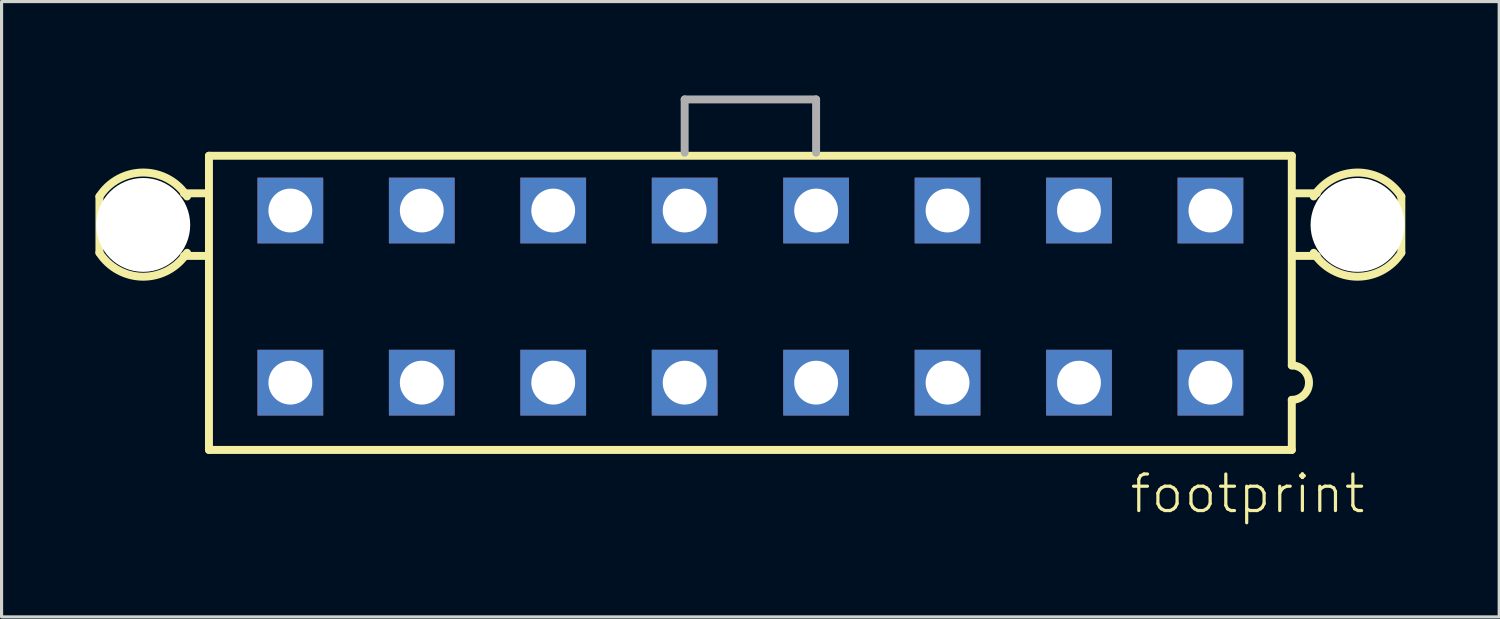
<source format=kicad_pcb>
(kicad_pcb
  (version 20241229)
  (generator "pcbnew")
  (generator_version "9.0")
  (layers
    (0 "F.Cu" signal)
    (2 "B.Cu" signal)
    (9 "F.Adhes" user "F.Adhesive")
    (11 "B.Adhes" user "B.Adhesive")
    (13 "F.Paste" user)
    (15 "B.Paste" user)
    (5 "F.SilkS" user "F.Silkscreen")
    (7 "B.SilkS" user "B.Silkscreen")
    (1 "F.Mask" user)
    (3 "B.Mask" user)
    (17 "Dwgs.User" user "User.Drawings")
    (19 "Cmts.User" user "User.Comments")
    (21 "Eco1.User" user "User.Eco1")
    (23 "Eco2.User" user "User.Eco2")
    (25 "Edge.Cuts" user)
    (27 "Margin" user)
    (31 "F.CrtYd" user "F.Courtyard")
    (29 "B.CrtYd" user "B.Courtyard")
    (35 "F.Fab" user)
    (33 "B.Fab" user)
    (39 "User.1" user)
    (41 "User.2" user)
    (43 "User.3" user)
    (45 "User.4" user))
  (footprint "footprint"
    (layer "F.Cu")
    (at 20.927 6.427)
    (property "Reference" "footprint" (at 12.065 6.985 0) (layer "F.SilkS") (effects (font (size 1.168 1.168) (thickness 0.102)) (justify left bottom)))
    (fp_line (start -20.8 -3.2) (end -20.8 -1.4) (stroke (width 0.254) (type solid)) (layer "F.SilkS"))
    (fp_line (start -18.1 -3.3) (end -17.4 -3.3) (stroke (width 0.254) (type solid)) (layer "F.SilkS"))
    (fp_line (start -18.1 -1.3) (end -17.4 -1.3) (stroke (width 0.254) (type solid)) (layer "F.SilkS"))
    (fp_line (start -17.3 -4.5) (end 17.3 -4.5) (stroke (width 0.254) (type solid)) (layer "F.SilkS"))
    (fp_line (start -17.3 4.9) (end -17.3 -4.5) (stroke (width 0.254) (type solid)) (layer "F.SilkS"))
    (fp_line (start 17.3 -4.5) (end 17.3 2.2) (stroke (width 0.254) (type solid)) (layer "F.SilkS"))
    (fp_line (start 17.3 3.3) (end 17.3 4.9) (stroke (width 0.254) (type solid)) (layer "F.SilkS"))
    (fp_line (start 17.3 4.9) (end -17.3 4.9) (stroke (width 0.254) (type solid)) (layer "F.SilkS"))
    (fp_line (start 18.1 -3.3) (end 17.4 -3.3) (stroke (width 0.254) (type solid)) (layer "F.SilkS"))
    (fp_line (start 18.1 -1.3) (end 17.4 -1.3) (stroke (width 0.254) (type solid)) (layer "F.SilkS"))
    (fp_line (start 20.8 -1.4) (end 20.8 -3.2) (stroke (width 0.254) (type solid)) (layer "F.SilkS"))
    (fp_arc (start -20.8 -3.2) (mid -19.399999 -3.964331) (end -17.999999 -3.199999) (stroke (width 0.254) (type solid)) (layer "F.SilkS"))
    (fp_arc (start -18 -1.4) (mid -19.4 -0.635668) (end -20.8 -1.4) (stroke (width 0.254) (type solid)) (layer "F.SilkS"))
    (fp_arc (start 17.3 2.2) (mid 17.85 2.75) (end 17.3 3.3) (stroke (width 0.254) (type solid)) (layer "F.SilkS"))
    (fp_arc (start 18 -3.2) (mid 19.400001 -3.964331) (end 20.800001 -3.199999) (stroke (width 0.254) (type solid)) (layer "F.SilkS"))
    (fp_arc (start 20.8 -1.4) (mid 19.4 -0.635668) (end 18 -1.4) (stroke (width 0.254) (type solid)) (layer "F.SilkS"))
    (fp_line (start -2.1 -6.3) (end -2.1 -4.6) (stroke (width 0.254) (type solid)) (layer "F.Fab"))
    (fp_line (start -2.1 -6.3) (end 2.1 -6.3) (stroke (width 0.254) (type solid)) (layer "F.Fab"))
    (fp_line (start 2.1 -6.3) (end 2.1 -4.6) (stroke (width 0.254) (type solid)) (layer "F.Fab"))
    (pad "" np_thru_hole circle (at -19.4 -2.29) (size 3 3) (drill 3) (layers "*.Cu" "*.Mask"))
    (pad "" np_thru_hole circle (at 19.4 -2.29) (size 3 3) (drill 3) (layers "*.Cu" "*.Mask"))
    (pad "1" thru_hole rect (at 14.7 2.75) (size 2.1 2.1) (drill 1.4) (layers "*.Cu" "*.Mask"))
    (pad "2" thru_hole rect (at 10.5 2.75) (size 2.1 2.1) (drill 1.4) (layers "*.Cu" "*.Mask"))
    (pad "3" thru_hole rect (at 6.3 2.75) (size 2.1 2.1) (drill 1.4) (layers "*.Cu" "*.Mask"))
    (pad "4" thru_hole rect (at 2.1 2.75) (size 2.1 2.1) (drill 1.4) (layers "*.Cu" "*.Mask"))
    (pad "5" thru_hole rect (at -2.1 2.75) (size 2.1 2.1) (drill 1.4) (layers "*.Cu" "*.Mask"))
    (pad "6" thru_hole rect (at -6.3 2.75) (size 2.1 2.1) (drill 1.4) (layers "*.Cu" "*.Mask"))
    (pad "7" thru_hole rect (at -10.5 2.75) (size 2.1 2.1) (drill 1.4) (layers "*.Cu" "*.Mask"))
    (pad "8" thru_hole rect (at -14.7 2.75) (size 2.1 2.1) (drill 1.4) (layers "*.Cu" "*.Mask"))
    (pad "9" thru_hole rect (at 14.7 -2.75) (size 2.1 2.1) (drill 1.4) (layers "*.Cu" "*.Mask"))
    (pad "10" thru_hole rect (at 10.5 -2.75) (size 2.1 2.1) (drill 1.4) (layers "*.Cu" "*.Mask"))
    (pad "11" thru_hole rect (at 6.3 -2.75) (size 2.1 2.1) (drill 1.4) (layers "*.Cu" "*.Mask"))
    (pad "12" thru_hole rect (at 2.1 -2.75) (size 2.1 2.1) (drill 1.4) (layers "*.Cu" "*.Mask"))
    (pad "13" thru_hole rect (at -2.1 -2.75) (size 2.1 2.1) (drill 1.4) (layers "*.Cu" "*.Mask"))
    (pad "14" thru_hole rect (at -6.3 -2.75) (size 2.1 2.1) (drill 1.4) (layers "*.Cu" "*.Mask"))
    (pad "15" thru_hole rect (at -10.5 -2.75) (size 2.1 2.1) (drill 1.4) (layers "*.Cu" "*.Mask"))
    (pad "16" thru_hole rect (at -14.7 -2.75) (size 2.1 2.1) (drill 1.4) (layers "*.Cu" "*.Mask")))
  (gr_rect
    (start -3 -3)
    (end 44.854 16.662)
    (stroke (width 0.1) (type default))
    (fill no)
    (layer "Edge.Cuts")))
</source>
